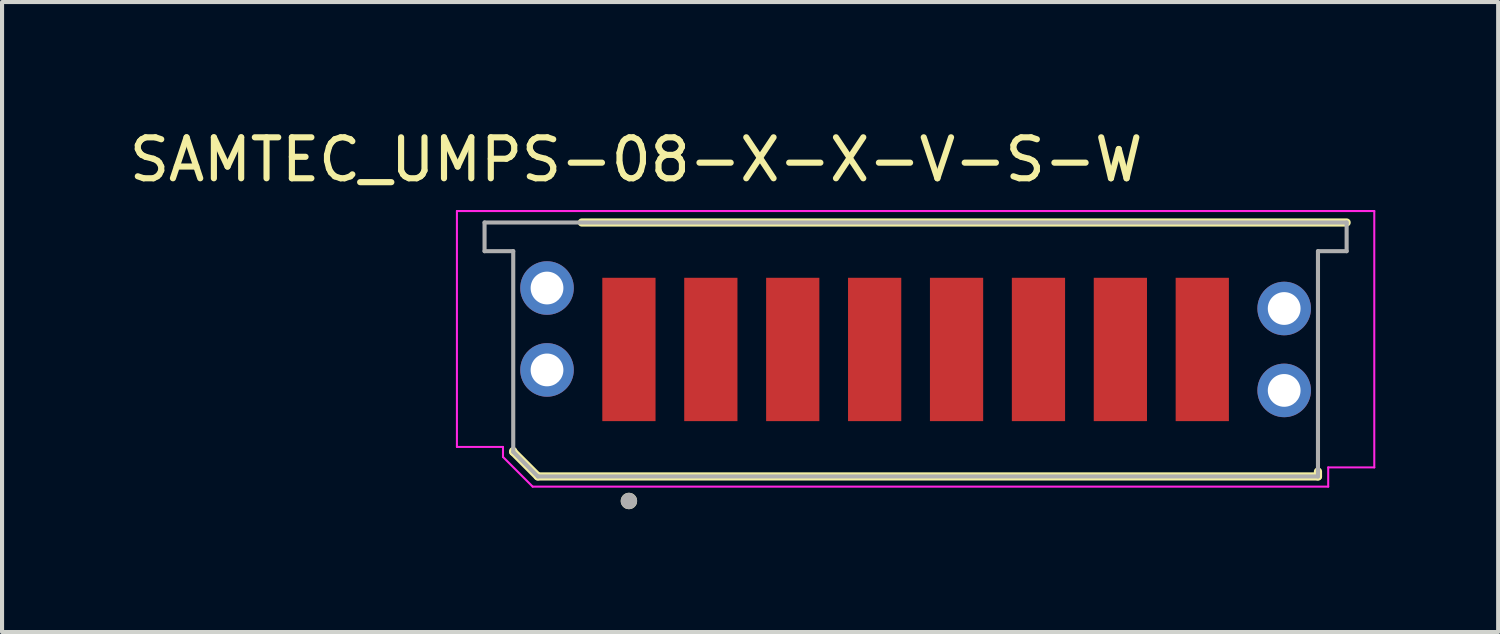
<source format=kicad_pcb>
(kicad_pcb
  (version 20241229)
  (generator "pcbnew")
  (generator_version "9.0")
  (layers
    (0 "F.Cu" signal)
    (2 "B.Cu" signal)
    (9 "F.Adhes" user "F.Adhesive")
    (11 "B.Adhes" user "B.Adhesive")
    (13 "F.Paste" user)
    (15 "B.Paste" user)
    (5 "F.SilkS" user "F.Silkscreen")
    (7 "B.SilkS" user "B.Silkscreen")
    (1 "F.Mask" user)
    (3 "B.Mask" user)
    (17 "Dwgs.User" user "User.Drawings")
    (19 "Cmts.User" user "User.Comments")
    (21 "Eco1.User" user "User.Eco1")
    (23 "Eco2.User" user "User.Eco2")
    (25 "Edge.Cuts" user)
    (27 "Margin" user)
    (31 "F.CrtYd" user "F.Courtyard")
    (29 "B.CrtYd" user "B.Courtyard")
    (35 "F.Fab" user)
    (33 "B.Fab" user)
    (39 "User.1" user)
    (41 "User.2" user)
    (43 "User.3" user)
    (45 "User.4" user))
  (footprint "SAMTEC_UMPS-08-X-X-V-S-W"
    (layer "F.Cu")
    (at 19.307 5.483)
    (property "Reference" "SAMTEC_UMPS-08-X-X-V-S-W" (at -6.825 -4.635 0) (layer "F.SilkS") (effects (font (size 1 1) (thickness 0.15))))
    (attr smd)
    (fp_line (start -9.825 2.5) (end -9.825 2.48) (stroke (width 0.2) (type solid)) (layer "F.SilkS"))
    (fp_line (start -9.225 3.1) (end -9.825 2.5) (stroke (width 0.2) (type solid)) (layer "F.SilkS"))
    (fp_line (start -8.15 -3.1) (end 10.525 -3.1) (stroke (width 0.2) (type solid)) (layer "F.SilkS"))
    (fp_line (start 9.825 3.1) (end -9.225 3.1) (stroke (width 0.2) (type solid)) (layer "F.SilkS"))
    (fp_line (start 9.825 3.1) (end 9.825 2.98) (stroke (width 0.2) (type solid)) (layer "F.SilkS"))
    (fp_circle (center -7 3.7) (end -6.9 3.7) (stroke (width 0.2) (type solid)) (fill no) (layer "F.SilkS"))
    (fp_poly (pts (xy -10.95 -3.13) (xy -8.5 -3.13) (xy -8.5 -0.85) (xy -10.95 -0.85)) (stroke (width 0.01) (type solid)) (fill yes) (layer "F.Paste"))
    (fp_poly (pts (xy -10.95 -0.15) (xy -8.5 -0.15) (xy -8.5 2.13) (xy -10.95 2.13)) (stroke (width 0.01) (type solid)) (fill yes) (layer "F.Paste"))
    (fp_poly (pts (xy 8.5 -2.63) (xy 10.95 -2.63) (xy 10.95 -0.35) (xy 8.5 -0.35)) (stroke (width 0.01) (type solid)) (fill yes) (layer "F.Paste"))
    (fp_poly (pts (xy 8.5 0.35) (xy 10.95 0.35) (xy 10.95 2.63) (xy 8.5 2.63)) (stroke (width 0.01) (type solid)) (fill yes) (layer "F.Paste"))
    (fp_line (start -11.2 -3.38) (end 11.2 -3.38) (stroke (width 0.05) (type solid)) (layer "F.CrtYd"))
    (fp_line (start -11.2 2.38) (end -11.2 -3.38) (stroke (width 0.05) (type solid)) (layer "F.CrtYd"))
    (fp_line (start -10.075 2.38) (end -11.2 2.38) (stroke (width 0.05) (type solid)) (layer "F.CrtYd"))
    (fp_line (start -10.075 2.625) (end -10.075 2.38) (stroke (width 0.05) (type solid)) (layer "F.CrtYd"))
    (fp_line (start -9.35 3.35) (end -10.075 2.625) (stroke (width 0.05) (type solid)) (layer "F.CrtYd"))
    (fp_line (start 10.075 2.88) (end 10.075 3.35) (stroke (width 0.05) (type solid)) (layer "F.CrtYd"))
    (fp_line (start 10.075 3.35) (end -9.35 3.35) (stroke (width 0.05) (type solid)) (layer "F.CrtYd"))
    (fp_line (start 11.2 -3.38) (end 11.2 2.88) (stroke (width 0.05) (type solid)) (layer "F.CrtYd"))
    (fp_line (start 11.2 2.88) (end 10.075 2.88) (stroke (width 0.05) (type solid)) (layer "F.CrtYd"))
    (fp_line (start -10.525 -3.1) (end -10.525 -2.4) (stroke (width 0.1) (type solid)) (layer "F.Fab"))
    (fp_line (start -10.525 -2.4) (end -9.825 -2.4) (stroke (width 0.1) (type solid)) (layer "F.Fab"))
    (fp_line (start -9.825 -2.4) (end -9.825 2.5) (stroke (width 0.1) (type solid)) (layer "F.Fab"))
    (fp_line (start -9.825 2.5) (end -9.225 3.1) (stroke (width 0.1) (type solid)) (layer "F.Fab"))
    (fp_line (start -9.225 3.1) (end 9.825 3.1) (stroke (width 0.1) (type solid)) (layer "F.Fab"))
    (fp_line (start 9.825 -2.4) (end 10.525 -2.4) (stroke (width 0.1) (type solid)) (layer "F.Fab"))
    (fp_line (start 9.825 3.1) (end 9.825 -2.4) (stroke (width 0.1) (type solid)) (layer "F.Fab"))
    (fp_line (start 10.525 -3.1) (end -10.525 -3.1) (stroke (width 0.1) (type solid)) (layer "F.Fab"))
    (fp_line (start 10.525 -2.4) (end 10.525 -3.1) (stroke (width 0.1) (type solid)) (layer "F.Fab"))
    (fp_circle (center -7 3.7) (end -6.9 3.7) (stroke (width 0.2) (type solid)) (fill no) (layer "F.Fab"))
    (pad "01" smd rect (at -7 0) (size 1.3 3.5) (layers "F.Cu" "F.Mask" "F.Paste"))
    (pad "02" smd rect (at -5 0) (size 1.3 3.5) (layers "F.Cu" "F.Mask" "F.Paste"))
    (pad "03" smd rect (at -3 0) (size 1.3 3.5) (layers "F.Cu" "F.Mask" "F.Paste"))
    (pad "04" smd rect (at -1 0) (size 1.3 3.5) (layers "F.Cu" "F.Mask" "F.Paste"))
    (pad "05" smd rect (at 1 0) (size 1.3 3.5) (layers "F.Cu" "F.Mask" "F.Paste"))
    (pad "06" smd rect (at 3 0) (size 1.3 3.5) (layers "F.Cu" "F.Mask" "F.Paste"))
    (pad "07" smd rect (at 5 0) (size 1.3 3.5) (layers "F.Cu" "F.Mask" "F.Paste"))
    (pad "08" smd rect (at 7 0) (size 1.3 3.5) (layers "F.Cu" "F.Mask" "F.Paste"))
    (pad "S1" thru_hole circle (at -9 -1.5) (size 1.308 1.308) (drill 0.8) (layers "*.Cu" "*.Mask"))
    (pad "S2" thru_hole circle (at 9 -1) (size 1.308 1.308) (drill 0.8) (layers "*.Cu" "*.Mask"))
    (pad "S3" thru_hole circle (at -9 0.5) (size 1.308 1.308) (drill 0.8) (layers "*.Cu" "*.Mask"))
    (pad "S4" thru_hole circle (at 9 1) (size 1.308 1.308) (drill 0.8) (layers "*.Cu" "*.Mask")))
  (gr_rect
    (start -3 -3)
    (end 33.532 12.383)
    (stroke (width 0.1) (type default))
    (fill no)
    (layer "Edge.Cuts")))
</source>
